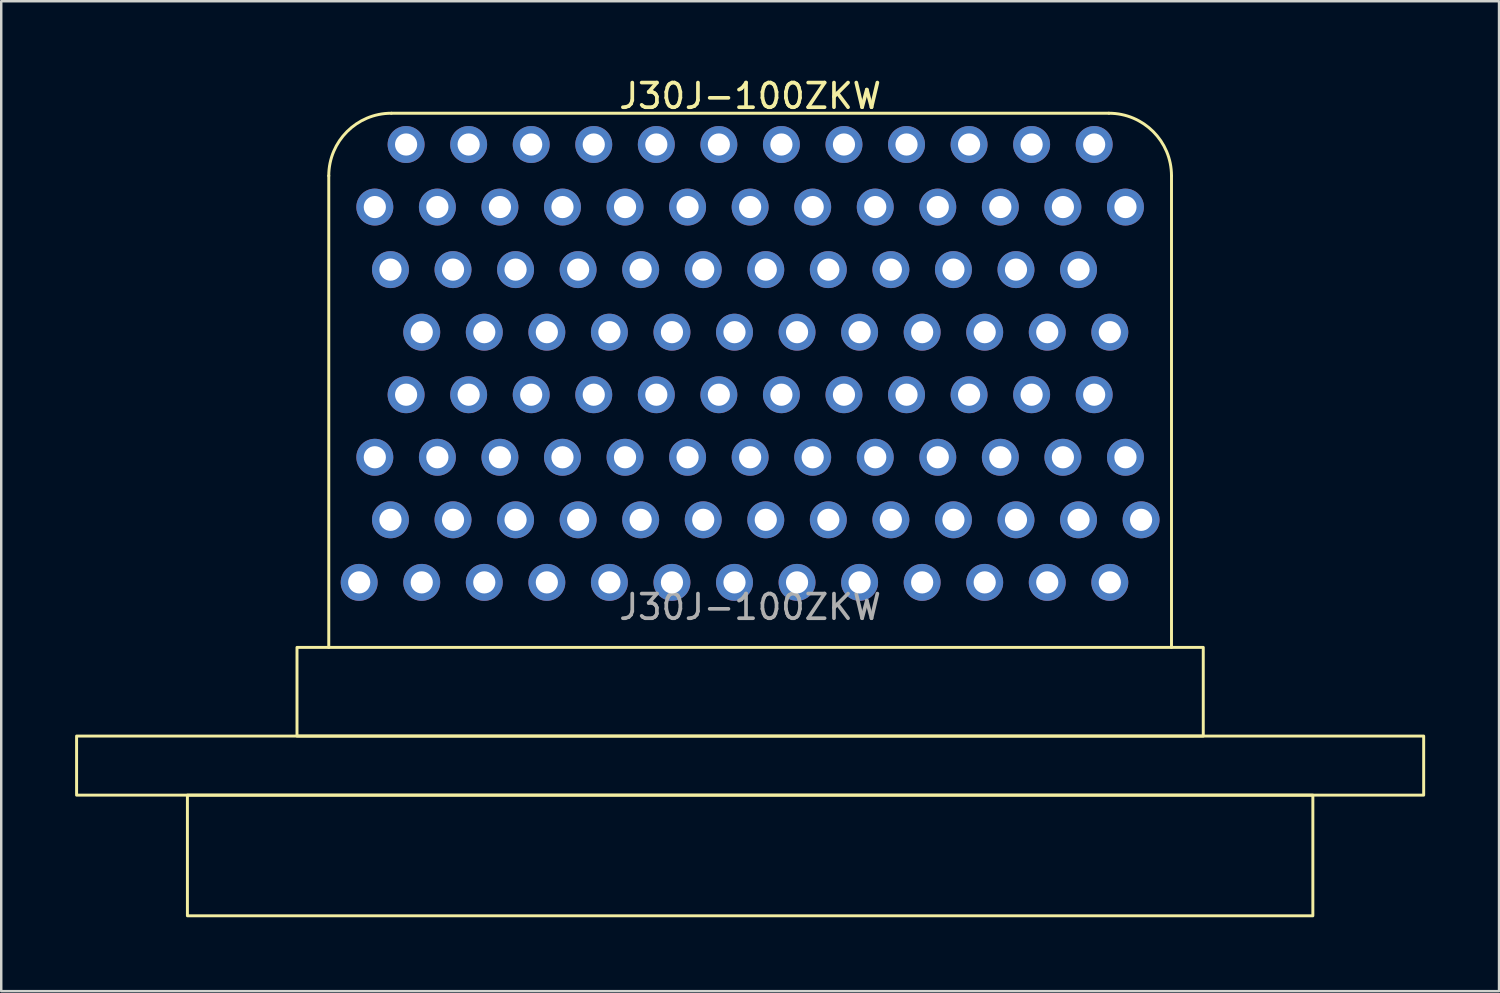
<source format=kicad_pcb>
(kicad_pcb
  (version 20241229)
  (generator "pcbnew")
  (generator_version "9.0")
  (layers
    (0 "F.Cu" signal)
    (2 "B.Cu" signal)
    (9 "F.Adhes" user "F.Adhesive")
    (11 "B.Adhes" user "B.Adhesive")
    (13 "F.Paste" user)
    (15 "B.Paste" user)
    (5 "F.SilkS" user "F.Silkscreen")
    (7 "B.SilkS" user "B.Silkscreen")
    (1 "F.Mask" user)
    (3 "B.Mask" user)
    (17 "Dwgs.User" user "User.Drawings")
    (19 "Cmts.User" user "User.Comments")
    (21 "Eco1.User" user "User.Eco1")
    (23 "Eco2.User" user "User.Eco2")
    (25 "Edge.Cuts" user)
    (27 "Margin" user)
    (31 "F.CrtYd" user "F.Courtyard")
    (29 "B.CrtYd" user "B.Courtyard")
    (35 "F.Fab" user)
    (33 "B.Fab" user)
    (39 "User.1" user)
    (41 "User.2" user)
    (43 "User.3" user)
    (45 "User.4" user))
  (footprint "J30J-100ZKW"
    (layer "F.Cu")
    (at 27.41 21.598)
    (property "Reference" "J30J-100ZKW" (at 0 -20.75 0) (unlocked yes) (layer "F.SilkS") (effects (font (size 1 1) (thickness 0.15))))
    (attr through_hole)
    (fp_line (start -17.11 1.64) (end -17.11 -17.51) (stroke (width 0.12) (type solid)) (layer "F.SilkS"))
    (fp_line (start -14.57 -20.05) (end 14.57 -20.05) (stroke (width 0.12) (type solid)) (layer "F.SilkS"))
    (fp_line (start 17.11 -17.51) (end 17.11 1.64) (stroke (width 0.12) (type solid)) (layer "F.SilkS"))
    (fp_rect (start -27.35 5.24) (end 27.35 7.64) (stroke (width 0.12) (type solid)) (fill no) (layer "F.SilkS"))
    (fp_rect (start -22.85 7.64) (end 22.85 12.54) (stroke (width 0.12) (type solid)) (fill no) (layer "F.SilkS"))
    (fp_rect (start -18.4 1.64) (end 18.4 5.24) (stroke (width 0.12) (type solid)) (fill no) (layer "F.SilkS"))
    (fp_arc (start -17.11 -17.51) (mid -16.366051 -19.306051) (end -14.57 -20.05) (stroke (width 0.12) (type solid)) (layer "F.SilkS"))
    (fp_arc (start 14.57 -20.05) (mid 16.366051 -19.306051) (end 17.11 -17.51) (stroke (width 0.12) (type solid)) (layer "F.SilkS"))
    (fp_text user "${REFERENCE}" (at 0 0 0) (unlocked yes) (layer "F.Fab") (effects (font (size 1 1) (thickness 0.15))))
    (pad "1" thru_hole circle (at -15.875 -1) (size 1.5 1.5) (drill 0.9) (layers "*.Cu" "*.Mask") (remove_unused_layers yes) (keep_end_layers yes) (zone_layer_connections))
    (pad "2" thru_hole circle (at -14.605 -3.54) (size 1.5 1.5) (drill 0.9) (layers "*.Cu" "*.Mask") (remove_unused_layers yes) (keep_end_layers yes) (zone_layer_connections))
    (pad "3" thru_hole circle (at -13.335 -1) (size 1.5 1.5) (drill 0.9) (layers "*.Cu" "*.Mask") (remove_unused_layers yes) (keep_end_layers yes) (zone_layer_connections))
    (pad "4" thru_hole circle (at -12.065 -3.54) (size 1.5 1.5) (drill 0.9) (layers "*.Cu" "*.Mask") (remove_unused_layers yes) (keep_end_layers yes) (zone_layer_connections))
    (pad "5" thru_hole circle (at -10.795 -1) (size 1.5 1.5) (drill 0.9) (layers "*.Cu" "*.Mask") (remove_unused_layers yes) (keep_end_layers yes) (zone_layer_connections))
    (pad "6" thru_hole circle (at -9.525 -3.54) (size 1.5 1.5) (drill 0.9) (layers "*.Cu" "*.Mask") (remove_unused_layers yes) (keep_end_layers yes) (zone_layer_connections))
    (pad "7" thru_hole circle (at -8.255 -1) (size 1.5 1.5) (drill 0.9) (layers "*.Cu" "*.Mask") (remove_unused_layers yes) (keep_end_layers yes) (zone_layer_connections))
    (pad "8" thru_hole circle (at -6.985 -3.54) (size 1.5 1.5) (drill 0.9) (layers "*.Cu" "*.Mask") (remove_unused_layers yes) (keep_end_layers yes) (zone_layer_connections))
    (pad "9" thru_hole circle (at -5.715 -1) (size 1.5 1.5) (drill 0.9) (layers "*.Cu" "*.Mask") (remove_unused_layers yes) (keep_end_layers yes) (zone_layer_connections))
    (pad "10" thru_hole circle (at -4.445 -3.54) (size 1.5 1.5) (drill 0.9) (layers "*.Cu" "*.Mask") (remove_unused_layers yes) (keep_end_layers yes) (zone_layer_connections))
    (pad "11" thru_hole circle (at -3.175 -1) (size 1.5 1.5) (drill 0.9) (layers "*.Cu" "*.Mask") (remove_unused_layers yes) (keep_end_layers yes) (zone_layer_connections))
    (pad "12" thru_hole circle (at -1.905 -3.54) (size 1.5 1.5) (drill 0.9) (layers "*.Cu" "*.Mask") (remove_unused_layers yes) (keep_end_layers yes) (zone_layer_connections))
    (pad "13" thru_hole circle (at -0.635 -1) (size 1.5 1.5) (drill 0.9) (layers "*.Cu" "*.Mask") (remove_unused_layers yes) (keep_end_layers yes) (zone_layer_connections))
    (pad "14" thru_hole circle (at 0.635 -3.54) (size 1.5 1.5) (drill 0.9) (layers "*.Cu" "*.Mask") (remove_unused_layers yes) (keep_end_layers yes) (zone_layer_connections))
    (pad "15" thru_hole circle (at 1.905 -1) (size 1.5 1.5) (drill 0.9) (layers "*.Cu" "*.Mask") (remove_unused_layers yes) (keep_end_layers yes) (zone_layer_connections))
    (pad "16" thru_hole circle (at 3.175 -3.54) (size 1.5 1.5) (drill 0.9) (layers "*.Cu" "*.Mask") (remove_unused_layers yes) (keep_end_layers yes) (zone_layer_connections))
    (pad "17" thru_hole circle (at 4.445 -1) (size 1.5 1.5) (drill 0.9) (layers "*.Cu" "*.Mask") (remove_unused_layers yes) (keep_end_layers yes) (zone_layer_connections))
    (pad "18" thru_hole circle (at 5.715 -3.54) (size 1.5 1.5) (drill 0.9) (layers "*.Cu" "*.Mask") (remove_unused_layers yes) (keep_end_layers yes) (zone_layer_connections))
    (pad "19" thru_hole circle (at 6.985 -1) (size 1.5 1.5) (drill 0.9) (layers "*.Cu" "*.Mask") (remove_unused_layers yes) (keep_end_layers yes) (zone_layer_connections))
    (pad "20" thru_hole circle (at 8.255 -3.54) (size 1.5 1.5) (drill 0.9) (layers "*.Cu" "*.Mask") (remove_unused_layers yes) (keep_end_layers yes) (zone_layer_connections))
    (pad "21" thru_hole circle (at 9.525 -1) (size 1.5 1.5) (drill 0.9) (layers "*.Cu" "*.Mask") (remove_unused_layers yes) (keep_end_layers yes) (zone_layer_connections))
    (pad "22" thru_hole circle (at 10.795 -3.54) (size 1.5 1.5) (drill 0.9) (layers "*.Cu" "*.Mask") (remove_unused_layers yes) (keep_end_layers yes) (zone_layer_connections))
    (pad "23" thru_hole circle (at 12.065 -1) (size 1.5 1.5) (drill 0.9) (layers "*.Cu" "*.Mask") (remove_unused_layers yes) (keep_end_layers yes) (zone_layer_connections))
    (pad "24" thru_hole circle (at 13.335 -3.54) (size 1.5 1.5) (drill 0.9) (layers "*.Cu" "*.Mask") (remove_unused_layers yes) (keep_end_layers yes) (zone_layer_connections))
    (pad "25" thru_hole circle (at 14.605 -1) (size 1.5 1.5) (drill 0.9) (layers "*.Cu" "*.Mask") (remove_unused_layers yes) (keep_end_layers yes) (zone_layer_connections))
    (pad "26" thru_hole circle (at 15.875 -3.54) (size 1.5 1.5) (drill 0.9) (layers "*.Cu" "*.Mask") (remove_unused_layers yes) (keep_end_layers yes) (zone_layer_connections))
    (pad "27" thru_hole circle (at -15.24 -6.08) (size 1.5 1.5) (drill 0.9) (layers "*.Cu" "*.Mask") (remove_unused_layers yes) (keep_end_layers yes) (zone_layer_connections))
    (pad "28" thru_hole circle (at -13.97 -8.62) (size 1.5 1.5) (drill 0.9) (layers "*.Cu" "*.Mask") (remove_unused_layers yes) (keep_end_layers yes) (zone_layer_connections))
    (pad "29" thru_hole circle (at -12.7 -6.08) (size 1.5 1.5) (drill 0.9) (layers "*.Cu" "*.Mask") (remove_unused_layers yes) (keep_end_layers yes) (zone_layer_connections))
    (pad "30" thru_hole circle (at -11.43 -8.62) (size 1.5 1.5) (drill 0.9) (layers "*.Cu" "*.Mask") (remove_unused_layers yes) (keep_end_layers yes) (zone_layer_connections))
    (pad "31" thru_hole circle (at -10.16 -6.08) (size 1.5 1.5) (drill 0.9) (layers "*.Cu" "*.Mask") (remove_unused_layers yes) (keep_end_layers yes) (zone_layer_connections))
    (pad "32" thru_hole circle (at -8.89 -8.62) (size 1.5 1.5) (drill 0.9) (layers "*.Cu" "*.Mask") (remove_unused_layers yes) (keep_end_layers yes) (zone_layer_connections))
    (pad "33" thru_hole circle (at -7.62 -6.08) (size 1.5 1.5) (drill 0.9) (layers "*.Cu" "*.Mask") (remove_unused_layers yes) (keep_end_layers yes) (zone_layer_connections))
    (pad "34" thru_hole circle (at -6.35 -8.62) (size 1.5 1.5) (drill 0.9) (layers "*.Cu" "*.Mask") (remove_unused_layers yes) (keep_end_layers yes) (zone_layer_connections))
    (pad "35" thru_hole circle (at -5.08 -6.08) (size 1.5 1.5) (drill 0.9) (layers "*.Cu" "*.Mask") (remove_unused_layers yes) (keep_end_layers yes) (zone_layer_connections))
    (pad "36" thru_hole circle (at -3.81 -8.62) (size 1.5 1.5) (drill 0.9) (layers "*.Cu" "*.Mask") (remove_unused_layers yes) (keep_end_layers yes) (zone_layer_connections))
    (pad "37" thru_hole circle (at -2.54 -6.08) (size 1.5 1.5) (drill 0.9) (layers "*.Cu" "*.Mask") (remove_unused_layers yes) (keep_end_layers yes) (zone_layer_connections))
    (pad "38" thru_hole circle (at -1.27 -8.62) (size 1.5 1.5) (drill 0.9) (layers "*.Cu" "*.Mask") (remove_unused_layers yes) (keep_end_layers yes) (zone_layer_connections))
    (pad "39" thru_hole circle (at 0 -6.08) (size 1.5 1.5) (drill 0.9) (layers "*.Cu" "*.Mask") (remove_unused_layers yes) (keep_end_layers yes) (zone_layer_connections))
    (pad "40" thru_hole circle (at 1.27 -8.62) (size 1.5 1.5) (drill 0.9) (layers "*.Cu" "*.Mask") (remove_unused_layers yes) (keep_end_layers yes) (zone_layer_connections))
    (pad "41" thru_hole circle (at 2.54 -6.08) (size 1.5 1.5) (drill 0.9) (layers "*.Cu" "*.Mask") (remove_unused_layers yes) (keep_end_layers yes) (zone_layer_connections))
    (pad "42" thru_hole circle (at 3.81 -8.62) (size 1.5 1.5) (drill 0.9) (layers "*.Cu" "*.Mask") (remove_unused_layers yes) (keep_end_layers yes) (zone_layer_connections))
    (pad "43" thru_hole circle (at 5.08 -6.08) (size 1.5 1.5) (drill 0.9) (layers "*.Cu" "*.Mask") (remove_unused_layers yes) (keep_end_layers yes) (zone_layer_connections))
    (pad "44" thru_hole circle (at 6.35 -8.62) (size 1.5 1.5) (drill 0.9) (layers "*.Cu" "*.Mask") (remove_unused_layers yes) (keep_end_layers yes) (zone_layer_connections))
    (pad "45" thru_hole circle (at 7.62 -6.08) (size 1.5 1.5) (drill 0.9) (layers "*.Cu" "*.Mask") (remove_unused_layers yes) (keep_end_layers yes) (zone_layer_connections))
    (pad "46" thru_hole circle (at 8.89 -8.62) (size 1.5 1.5) (drill 0.9) (layers "*.Cu" "*.Mask") (remove_unused_layers yes) (keep_end_layers yes) (zone_layer_connections))
    (pad "47" thru_hole circle (at 10.16 -6.08) (size 1.5 1.5) (drill 0.9) (layers "*.Cu" "*.Mask") (remove_unused_layers yes) (keep_end_layers yes) (zone_layer_connections))
    (pad "48" thru_hole circle (at 11.43 -8.62) (size 1.5 1.5) (drill 0.9) (layers "*.Cu" "*.Mask") (remove_unused_layers yes) (keep_end_layers yes) (zone_layer_connections))
    (pad "49" thru_hole circle (at 12.7 -6.08) (size 1.5 1.5) (drill 0.9) (layers "*.Cu" "*.Mask") (remove_unused_layers yes) (keep_end_layers yes) (zone_layer_connections))
    (pad "50" thru_hole circle (at 13.97 -8.62) (size 1.5 1.5) (drill 0.9) (layers "*.Cu" "*.Mask") (remove_unused_layers yes) (keep_end_layers yes) (zone_layer_connections))
    (pad "51" thru_hole circle (at 15.24 -6.08) (size 1.5 1.5) (drill 0.9) (layers "*.Cu" "*.Mask") (remove_unused_layers yes) (keep_end_layers yes) (zone_layer_connections))
    (pad "52" thru_hole circle (at -14.605 -13.7) (size 1.5 1.5) (drill 0.9) (layers "*.Cu" "*.Mask") (remove_unused_layers yes) (keep_end_layers yes) (zone_layer_connections))
    (pad "53" thru_hole circle (at -13.335 -11.16) (size 1.5 1.5) (drill 0.9) (layers "*.Cu" "*.Mask") (remove_unused_layers yes) (keep_end_layers yes) (zone_layer_connections))
    (pad "54" thru_hole circle (at -12.065 -13.7) (size 1.5 1.5) (drill 0.9) (layers "*.Cu" "*.Mask") (remove_unused_layers yes) (keep_end_layers yes) (zone_layer_connections))
    (pad "55" thru_hole circle (at -10.795 -11.16) (size 1.5 1.5) (drill 0.9) (layers "*.Cu" "*.Mask") (remove_unused_layers yes) (keep_end_layers yes) (zone_layer_connections))
    (pad "56" thru_hole circle (at -9.525 -13.7) (size 1.5 1.5) (drill 0.9) (layers "*.Cu" "*.Mask") (remove_unused_layers yes) (keep_end_layers yes) (zone_layer_connections))
    (pad "57" thru_hole circle (at -8.255 -11.16) (size 1.5 1.5) (drill 0.9) (layers "*.Cu" "*.Mask") (remove_unused_layers yes) (keep_end_layers yes) (zone_layer_connections))
    (pad "58" thru_hole circle (at -6.985 -13.7) (size 1.5 1.5) (drill 0.9) (layers "*.Cu" "*.Mask") (remove_unused_layers yes) (keep_end_layers yes) (zone_layer_connections))
    (pad "59" thru_hole circle (at -5.715 -11.16) (size 1.5 1.5) (drill 0.9) (layers "*.Cu" "*.Mask") (remove_unused_layers yes) (keep_end_layers yes) (zone_layer_connections))
    (pad "60" thru_hole circle (at -4.445 -13.7) (size 1.5 1.5) (drill 0.9) (layers "*.Cu" "*.Mask") (remove_unused_layers yes) (keep_end_layers yes) (zone_layer_connections))
    (pad "61" thru_hole circle (at -3.175 -11.16) (size 1.5 1.5) (drill 0.9) (layers "*.Cu" "*.Mask") (remove_unused_layers yes) (keep_end_layers yes) (zone_layer_connections))
    (pad "62" thru_hole circle (at -1.905 -13.7) (size 1.5 1.5) (drill 0.9) (layers "*.Cu" "*.Mask") (remove_unused_layers yes) (keep_end_layers yes) (zone_layer_connections))
    (pad "63" thru_hole circle (at -0.635 -11.16) (size 1.5 1.5) (drill 0.9) (layers "*.Cu" "*.Mask") (remove_unused_layers yes) (keep_end_layers yes) (zone_layer_connections))
    (pad "64" thru_hole circle (at 0.635 -13.7) (size 1.5 1.5) (drill 0.9) (layers "*.Cu" "*.Mask") (remove_unused_layers yes) (keep_end_layers yes) (zone_layer_connections))
    (pad "65" thru_hole circle (at 1.905 -11.16) (size 1.5 1.5) (drill 0.9) (layers "*.Cu" "*.Mask") (remove_unused_layers yes) (keep_end_layers yes) (zone_layer_connections))
    (pad "66" thru_hole circle (at 3.175 -13.7) (size 1.5 1.5) (drill 0.9) (layers "*.Cu" "*.Mask") (remove_unused_layers yes) (keep_end_layers yes) (zone_layer_connections))
    (pad "67" thru_hole circle (at 4.445 -11.16) (size 1.5 1.5) (drill 0.9) (layers "*.Cu" "*.Mask") (remove_unused_layers yes) (keep_end_layers yes) (zone_layer_connections))
    (pad "68" thru_hole circle (at 5.715 -13.7) (size 1.5 1.5) (drill 0.9) (layers "*.Cu" "*.Mask") (remove_unused_layers yes) (keep_end_layers yes) (zone_layer_connections))
    (pad "69" thru_hole circle (at 6.985 -11.16) (size 1.5 1.5) (drill 0.9) (layers "*.Cu" "*.Mask") (remove_unused_layers yes) (keep_end_layers yes) (zone_layer_connections))
    (pad "70" thru_hole circle (at 8.255 -13.7) (size 1.5 1.5) (drill 0.9) (layers "*.Cu" "*.Mask") (remove_unused_layers yes) (keep_end_layers yes) (zone_layer_connections))
    (pad "71" thru_hole circle (at 9.525 -11.16) (size 1.5 1.5) (drill 0.9) (layers "*.Cu" "*.Mask") (remove_unused_layers yes) (keep_end_layers yes) (zone_layer_connections))
    (pad "72" thru_hole circle (at 10.795 -13.7) (size 1.5 1.5) (drill 0.9) (layers "*.Cu" "*.Mask") (remove_unused_layers yes) (keep_end_layers yes) (zone_layer_connections))
    (pad "73" thru_hole circle (at 12.065 -11.16) (size 1.5 1.5) (drill 0.9) (layers "*.Cu" "*.Mask") (remove_unused_layers yes) (keep_end_layers yes) (zone_layer_connections))
    (pad "74" thru_hole circle (at 13.335 -13.7) (size 1.5 1.5) (drill 0.9) (layers "*.Cu" "*.Mask") (remove_unused_layers yes) (keep_end_layers yes) (zone_layer_connections))
    (pad "75" thru_hole circle (at 14.605 -11.16) (size 1.5 1.5) (drill 0.9) (layers "*.Cu" "*.Mask") (remove_unused_layers yes) (keep_end_layers yes) (zone_layer_connections))
    (pad "76" thru_hole circle (at -15.24 -16.24) (size 1.5 1.5) (drill 0.9) (layers "*.Cu" "*.Mask") (remove_unused_layers yes) (keep_end_layers yes) (zone_layer_connections))
    (pad "77" thru_hole circle (at -13.97 -18.78) (size 1.5 1.5) (drill 0.9) (layers "*.Cu" "*.Mask") (remove_unused_layers yes) (keep_end_layers yes) (zone_layer_connections))
    (pad "78" thru_hole circle (at -12.7 -16.24) (size 1.5 1.5) (drill 0.9) (layers "*.Cu" "*.Mask") (remove_unused_layers yes) (keep_end_layers yes) (zone_layer_connections))
    (pad "79" thru_hole circle (at -11.43 -18.78) (size 1.5 1.5) (drill 0.9) (layers "*.Cu" "*.Mask") (remove_unused_layers yes) (keep_end_layers yes) (zone_layer_connections))
    (pad "80" thru_hole circle (at -10.16 -16.24) (size 1.5 1.5) (drill 0.9) (layers "*.Cu" "*.Mask") (remove_unused_layers yes) (keep_end_layers yes) (zone_layer_connections))
    (pad "81" thru_hole circle (at -8.89 -18.78) (size 1.5 1.5) (drill 0.9) (layers "*.Cu" "*.Mask") (remove_unused_layers yes) (keep_end_layers yes) (zone_layer_connections))
    (pad "82" thru_hole circle (at -7.62 -16.24) (size 1.5 1.5) (drill 0.9) (layers "*.Cu" "*.Mask") (remove_unused_layers yes) (keep_end_layers yes) (zone_layer_connections))
    (pad "83" thru_hole circle (at -6.35 -18.78) (size 1.5 1.5) (drill 0.9) (layers "*.Cu" "*.Mask") (remove_unused_layers yes) (keep_end_layers yes) (zone_layer_connections))
    (pad "84" thru_hole circle (at -5.08 -16.24) (size 1.5 1.5) (drill 0.9) (layers "*.Cu" "*.Mask") (remove_unused_layers yes) (keep_end_layers yes) (zone_layer_connections))
    (pad "85" thru_hole circle (at -3.81 -18.78) (size 1.5 1.5) (drill 0.9) (layers "*.Cu" "*.Mask") (remove_unused_layers yes) (keep_end_layers yes) (zone_layer_connections))
    (pad "86" thru_hole circle (at -2.54 -16.24) (size 1.5 1.5) (drill 0.9) (layers "*.Cu" "*.Mask") (remove_unused_layers yes) (keep_end_layers yes) (zone_layer_connections))
    (pad "87" thru_hole circle (at -1.27 -18.78) (size 1.5 1.5) (drill 0.9) (layers "*.Cu" "*.Mask") (remove_unused_layers yes) (keep_end_layers yes) (zone_layer_connections))
    (pad "88" thru_hole circle (at 0 -16.24) (size 1.5 1.5) (drill 0.9) (layers "*.Cu" "*.Mask") (remove_unused_layers yes) (keep_end_layers yes) (zone_layer_connections))
    (pad "89" thru_hole circle (at 1.27 -18.78) (size 1.5 1.5) (drill 0.9) (layers "*.Cu" "*.Mask") (remove_unused_layers yes) (keep_end_layers yes) (zone_layer_connections))
    (pad "90" thru_hole circle (at 2.54 -16.24) (size 1.5 1.5) (drill 0.9) (layers "*.Cu" "*.Mask") (remove_unused_layers yes) (keep_end_layers yes) (zone_layer_connections))
    (pad "91" thru_hole circle (at 3.81 -18.78) (size 1.5 1.5) (drill 0.9) (layers "*.Cu" "*.Mask") (remove_unused_layers yes) (keep_end_layers yes) (zone_layer_connections))
    (pad "92" thru_hole circle (at 5.08 -16.24) (size 1.5 1.5) (drill 0.9) (layers "*.Cu" "*.Mask") (remove_unused_layers yes) (keep_end_layers yes) (zone_layer_connections))
    (pad "93" thru_hole circle (at 6.35 -18.78) (size 1.5 1.5) (drill 0.9) (layers "*.Cu" "*.Mask") (remove_unused_layers yes) (keep_end_layers yes) (zone_layer_connections))
    (pad "94" thru_hole circle (at 7.62 -16.24) (size 1.5 1.5) (drill 0.9) (layers "*.Cu" "*.Mask") (remove_unused_layers yes) (keep_end_layers yes) (zone_layer_connections))
    (pad "95" thru_hole circle (at 8.89 -18.78) (size 1.5 1.5) (drill 0.9) (layers "*.Cu" "*.Mask") (remove_unused_layers yes) (keep_end_layers yes) (zone_layer_connections))
    (pad "96" thru_hole circle (at 10.16 -16.24) (size 1.5 1.5) (drill 0.9) (layers "*.Cu" "*.Mask") (remove_unused_layers yes) (keep_end_layers yes) (zone_layer_connections))
    (pad "97" thru_hole circle (at 11.43 -18.78) (size 1.5 1.5) (drill 0.9) (layers "*.Cu" "*.Mask") (remove_unused_layers yes) (keep_end_layers yes) (zone_layer_connections))
    (pad "98" thru_hole circle (at 12.7 -16.24) (size 1.5 1.5) (drill 0.9) (layers "*.Cu" "*.Mask") (remove_unused_layers yes) (keep_end_layers yes) (zone_layer_connections))
    (pad "99" thru_hole circle (at 13.97 -18.78) (size 1.5 1.5) (drill 0.9) (layers "*.Cu" "*.Mask") (remove_unused_layers yes) (keep_end_layers yes) (zone_layer_connections))
    (pad "100" thru_hole circle (at 15.24 -16.24) (size 1.5 1.5) (drill 0.9) (layers "*.Cu" "*.Mask") (remove_unused_layers yes) (keep_end_layers yes) (zone_layer_connections)))
  (gr_rect
    (start -3 -3)
    (end 57.82 37.198)
    (stroke (width 0.1) (type default))
    (fill no)
    (layer "Edge.Cuts")))
</source>
